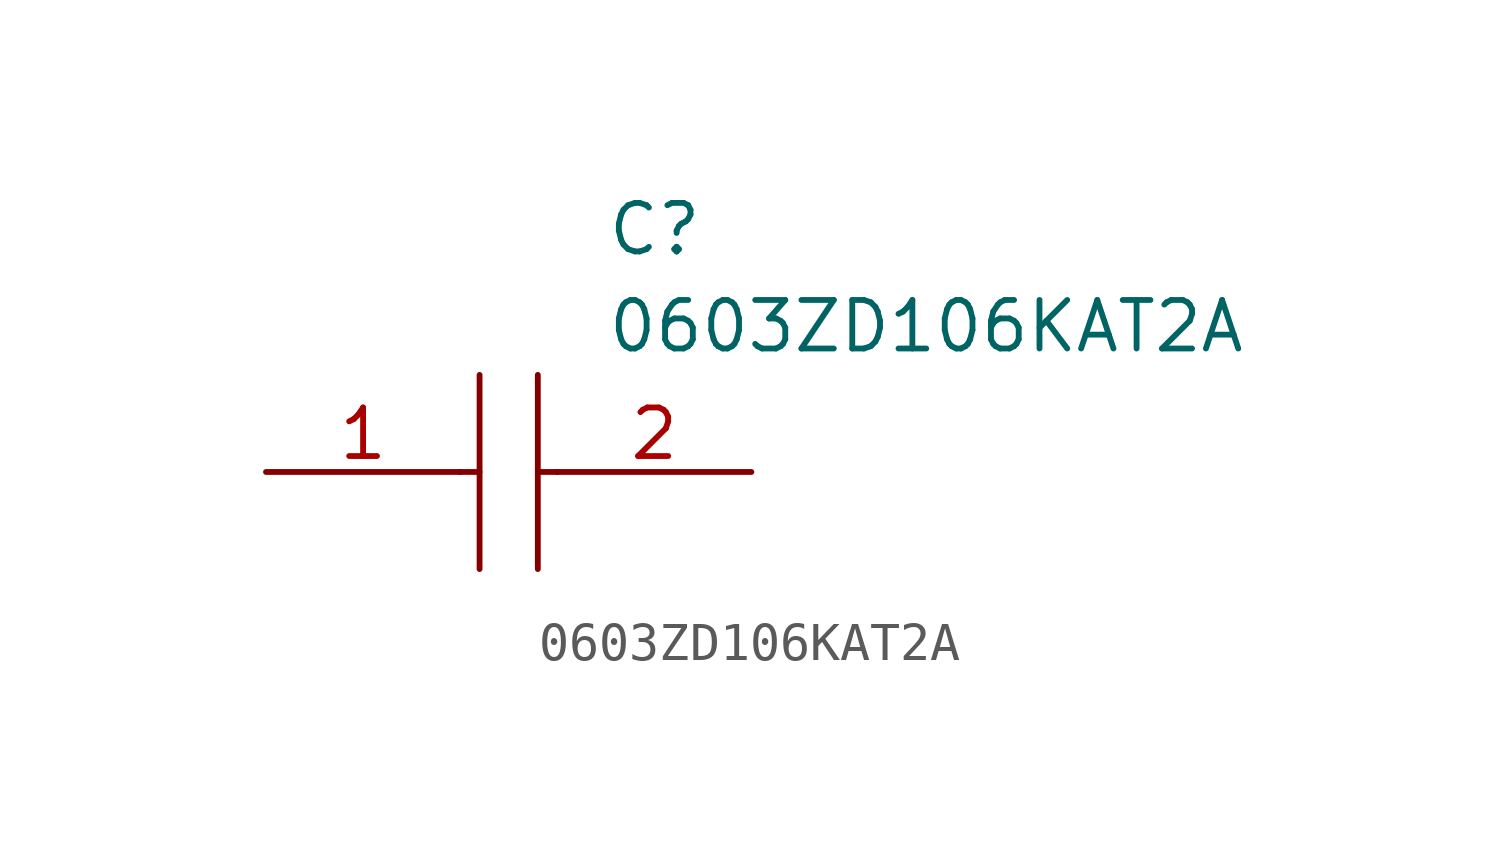
<source format=kicad_sym>
(kicad_symbol_lib
  (version 20211014)
  (generator kicad_symbol_editor)
  (symbol "0603ZD106KAT2A"
    (pin_names
      (offset 0.762))
    (property "Reference" "C"
      (at 8.89 6.35 0)
      (effects (font (size 1.27 1.27)) (justify left)))
    (property "Value" "0603ZD106KAT2A"
      (at 8.89 3.81 0)
      (effects (font (size 1.27 1.27)) (justify left)))
    (symbol "0603ZD106KAT2A_0_0"
      (pin passive line (at 0 0 0) (length 5.08) (name "~" (effects (font (size 1.27 1.27)))) (number "1" (effects (font (size 1.27 1.27)))))
      (pin passive line (at 12.7 0 180) (length 5.08) (name "~" (effects (font (size 1.27 1.27)))) (number "2" (effects (font (size 1.27 1.27))))))
    (symbol "0603ZD106KAT2A_0_1"
      (polyline (pts (xy 5.08 0) (xy 5.588 0)) (stroke (width 0.152) (type default) (color 0 0 0 0)) (fill (type none)))
      (polyline (pts (xy 5.588 2.54) (xy 5.588 -2.54)) (stroke (width 0.152) (type default) (color 0 0 0 0)) (fill (type none)))
      (polyline (pts (xy 7.112 0) (xy 7.62 0)) (stroke (width 0.152) (type default) (color 0 0 0 0)) (fill (type none)))
      (polyline (pts (xy 7.112 2.54) (xy 7.112 -2.54)) (stroke (width 0.152) (type default) (color 0 0 0 0)) (fill (type none))))))
</source>
